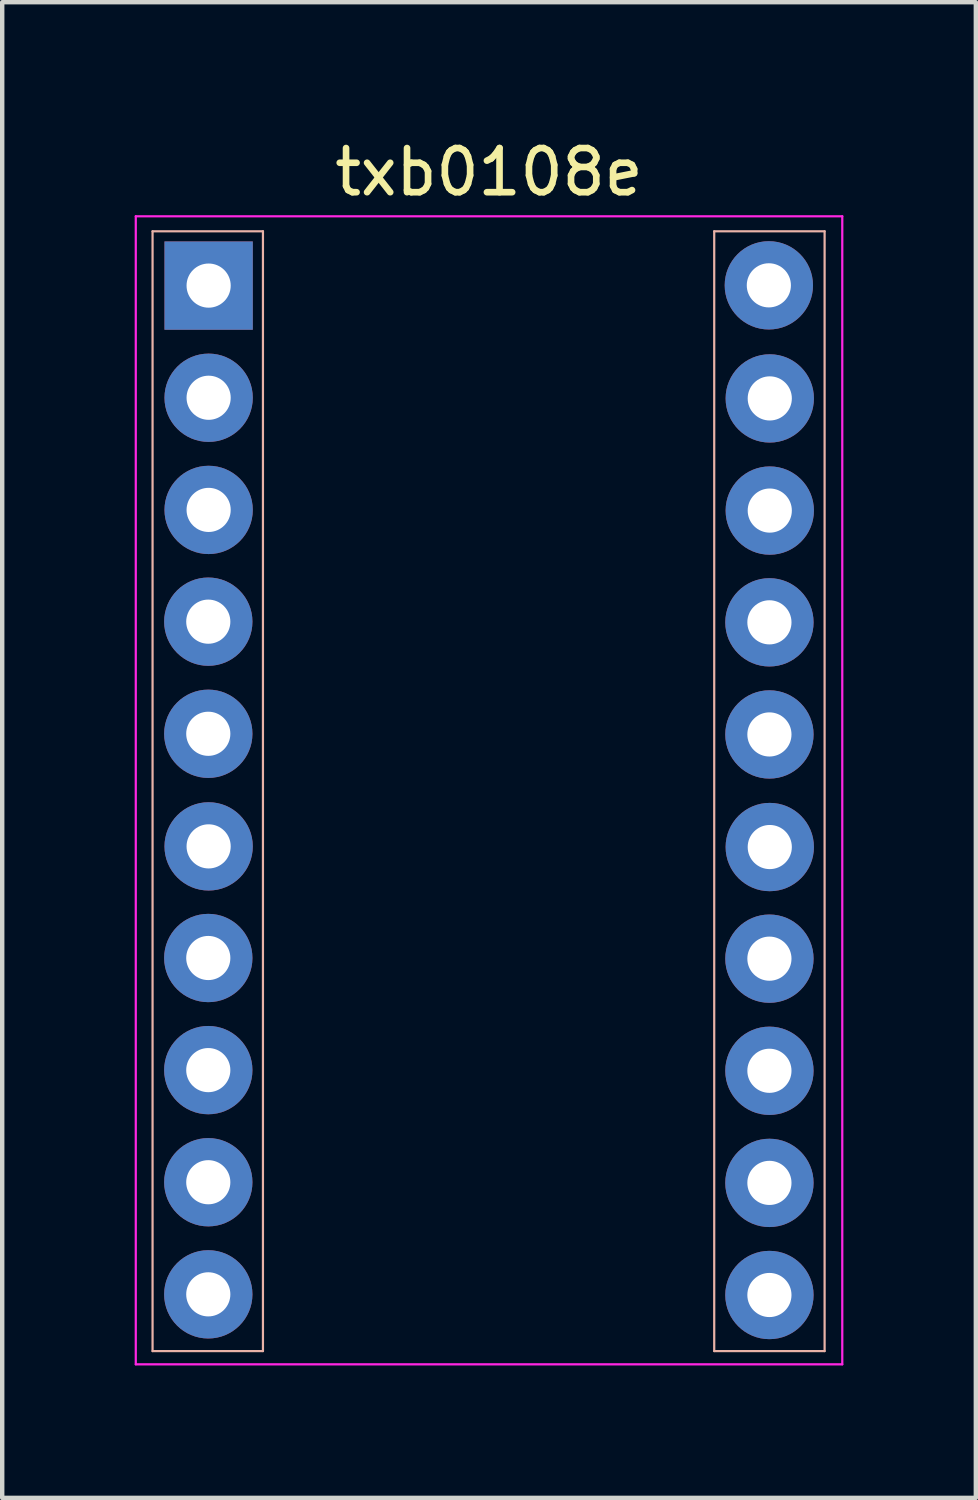
<source format=kicad_pcb>
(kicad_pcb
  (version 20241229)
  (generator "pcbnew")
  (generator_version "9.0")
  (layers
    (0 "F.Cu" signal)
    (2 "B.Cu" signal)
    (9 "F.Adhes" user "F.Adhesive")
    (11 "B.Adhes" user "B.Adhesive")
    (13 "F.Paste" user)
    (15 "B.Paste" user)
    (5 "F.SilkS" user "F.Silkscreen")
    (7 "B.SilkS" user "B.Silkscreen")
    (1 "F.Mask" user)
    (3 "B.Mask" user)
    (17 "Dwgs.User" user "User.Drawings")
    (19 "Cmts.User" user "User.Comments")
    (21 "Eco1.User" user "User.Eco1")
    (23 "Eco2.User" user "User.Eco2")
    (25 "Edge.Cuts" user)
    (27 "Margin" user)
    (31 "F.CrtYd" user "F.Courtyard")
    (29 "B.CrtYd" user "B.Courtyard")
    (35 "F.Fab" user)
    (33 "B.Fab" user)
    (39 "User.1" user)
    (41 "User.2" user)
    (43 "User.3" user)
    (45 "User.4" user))
  (footprint "txb0108e"
    (layer "F.Cu")
    (at 8.025 14.848)
    (property "Reference" "txb0108e" (at 0 -14 0) (layer "F.SilkS") (effects (font (size 1 1) (thickness 0.15))))
    (attr smd)
    (fp_line (start -7.62 -12.66) (end -5.12 -12.66) (stroke (width 0.05) (type solid)) (layer "B.SilkS"))
    (fp_line (start -7.62 12.7) (end -7.62 -12.66) (stroke (width 0.05) (type solid)) (layer "B.SilkS"))
    (fp_line (start -5.12 -12.66) (end -5.12 12.7) (stroke (width 0.05) (type solid)) (layer "B.SilkS"))
    (fp_line (start -5.12 12.7) (end -7.62 12.7) (stroke (width 0.05) (type solid)) (layer "B.SilkS"))
    (fp_line (start 5.1 -12.66) (end 7.6 -12.66) (stroke (width 0.05) (type solid)) (layer "B.SilkS"))
    (fp_line (start 5.1 12.7) (end 5.1 -12.66) (stroke (width 0.05) (type solid)) (layer "B.SilkS"))
    (fp_line (start 7.6 -12.66) (end 7.6 12.7) (stroke (width 0.05) (type solid)) (layer "B.SilkS"))
    (fp_line (start 7.6 12.7) (end 5.1 12.7) (stroke (width 0.05) (type solid)) (layer "B.SilkS"))
    (fp_line (start -8 -13) (end -8 13) (stroke (width 0.05) (type solid)) (layer "F.CrtYd"))
    (fp_line (start -8 -13) (end 8 -13) (stroke (width 0.05) (type solid)) (layer "F.CrtYd"))
    (fp_line (start 8 -13) (end 8 13) (stroke (width 0.05) (type solid)) (layer "F.CrtYd"))
    (fp_line (start 8 13) (end -8 13) (stroke (width 0.05) (type solid)) (layer "F.CrtYd"))
    (pad "1" thru_hole rect (at -6.35 -11.43) (size 2 2) (drill 1) (layers "*.Cu" "*.Mask"))
    (pad "2" thru_hole oval (at -6.35 -8.89) (size 2 2) (drill 1) (layers "*.Cu" "*.Mask"))
    (pad "3" thru_hole oval (at -6.35 -6.35) (size 2 2) (drill 1) (layers "*.Cu" "*.Mask"))
    (pad "4" thru_hole oval (at -6.358 -3.819) (size 2 2) (drill 1) (layers "*.Cu" "*.Mask"))
    (pad "5" thru_hole oval (at -6.358 -1.28) (size 2 2) (drill 1) (layers "*.Cu" "*.Mask"))
    (pad "6" thru_hole oval (at -6.35 1.27) (size 2 2) (drill 1) (layers "*.Cu" "*.Mask"))
    (pad "7" thru_hole oval (at -6.358 3.798) (size 2 2) (drill 1) (layers "*.Cu" "*.Mask"))
    (pad "8" thru_hole oval (at -6.358 6.337) (size 2 2) (drill 1) (layers "*.Cu" "*.Mask"))
    (pad "9" thru_hole oval (at -6.358 8.876) (size 2 2) (drill 1) (layers "*.Cu" "*.Mask"))
    (pad "10" thru_hole oval (at -6.358 11.415) (size 2 2) (drill 1) (layers "*.Cu" "*.Mask"))
    (pad "11" thru_hole oval (at 6.35 11.43) (size 2 2) (drill 1) (layers "*.Cu" "*.Mask"))
    (pad "12" thru_hole oval (at 6.35 8.891) (size 2 2) (drill 1) (layers "*.Cu" "*.Mask"))
    (pad "13" thru_hole oval (at 6.35 6.352) (size 2 2) (drill 1) (layers "*.Cu" "*.Mask"))
    (pad "14" thru_hole oval (at 6.35 3.813) (size 2 2) (drill 1) (layers "*.Cu" "*.Mask"))
    (pad "15" thru_hole oval (at 6.358 1.285) (size 2 2) (drill 1) (layers "*.Cu" "*.Mask"))
    (pad "16" thru_hole oval (at 6.35 -1.265) (size 2 2) (drill 1) (layers "*.Cu" "*.Mask"))
    (pad "17" thru_hole oval (at 6.35 -3.804) (size 2 2) (drill 1) (layers "*.Cu" "*.Mask"))
    (pad "18" thru_hole oval (at 6.358 -6.335) (size 2 2) (drill 1) (layers "*.Cu" "*.Mask"))
    (pad "19" thru_hole oval (at 6.358 -8.875) (size 2 2) (drill 1) (layers "*.Cu" "*.Mask"))
    (pad "20" thru_hole oval (at 6.337 -11.436) (size 2 2) (drill 1) (layers "*.Cu" "*.Mask")))
  (gr_rect
    (start -3 -3)
    (end 19.05 30.873)
    (stroke (width 0.1) (type default))
    (fill no)
    (layer "Edge.Cuts")))
</source>
